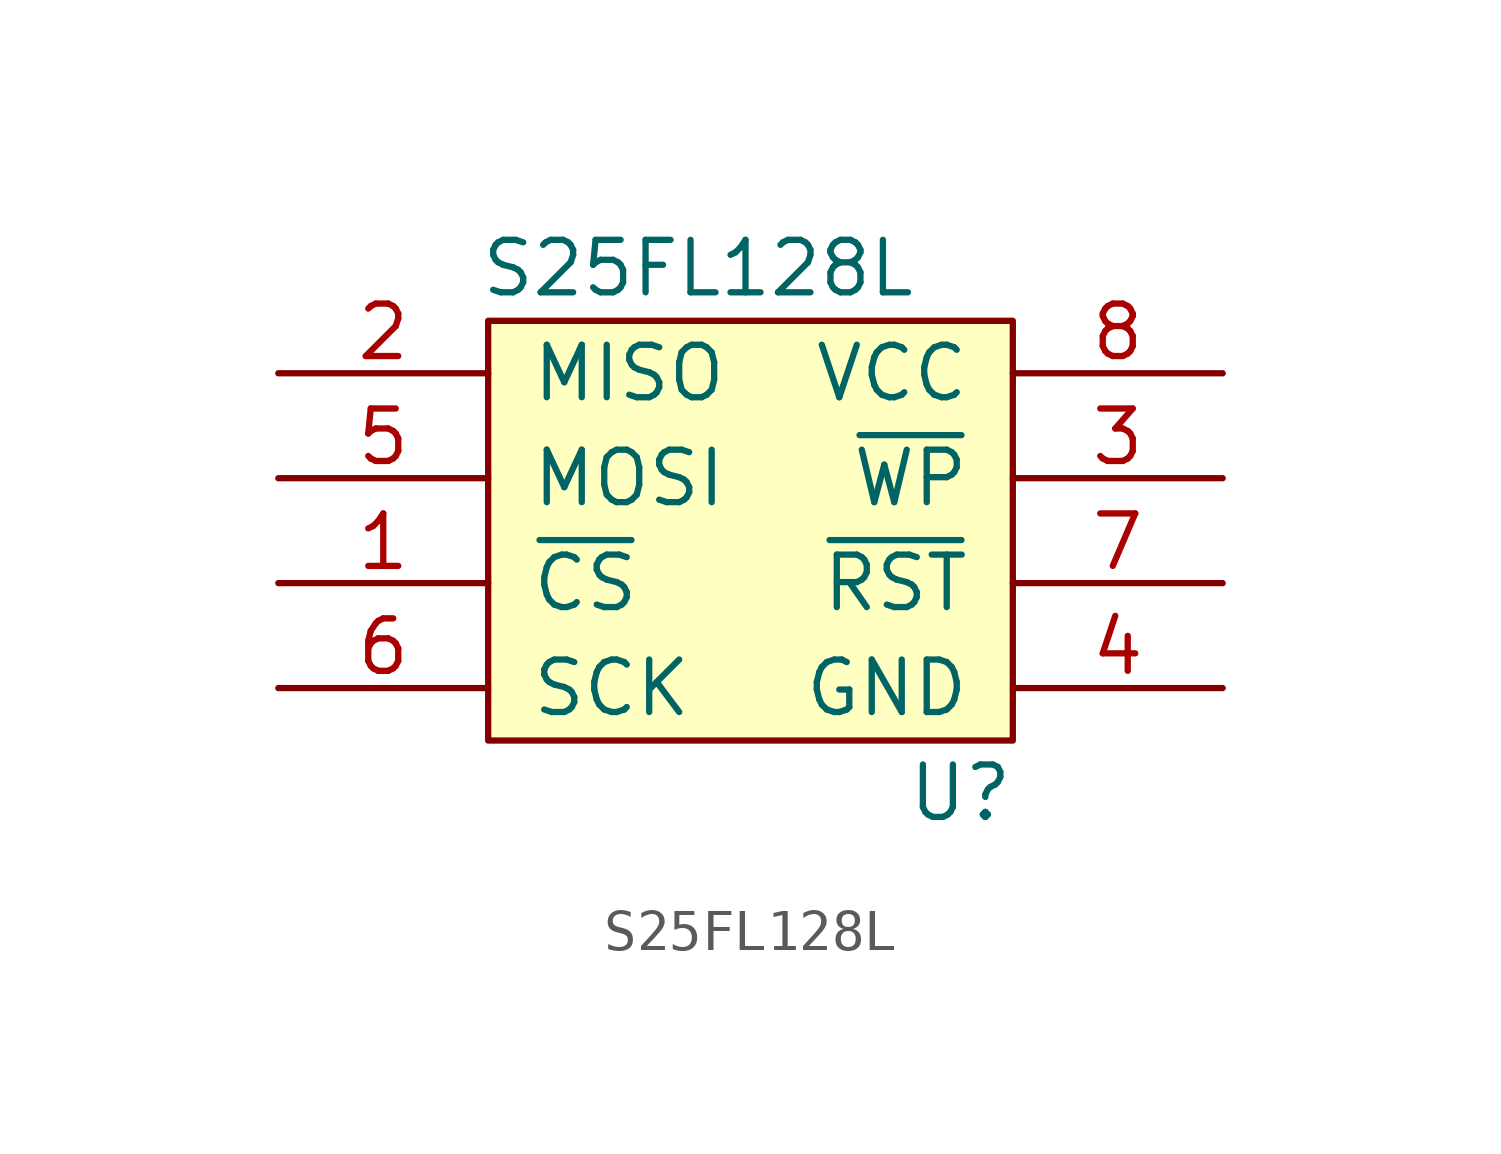
<source format=kicad_sym>
(kicad_symbol_lib
  (version 20241209)
  (generator "kicad_symbol_editor")
  (generator_version "9.0")
  (symbol "S25FL128L"
    (pin_names
      (offset 1.016))
    (property "Reference" "U"
      (at 5.08 -6.35 0)
      (effects (font (size 1.27 1.27))))
    (property "Value" "S25FL128L"
      (at -1.27 6.35 0)
      (effects (font (size 1.27 1.27))))
    (symbol "S25FL128L_0_1"
      (rectangle (start -6.35 5.08) (end 6.35 -5.08) (stroke (width 0) (type solid)) (fill (type background))))
    (symbol "S25FL128L_1_1"
      (pin output line (at -11.43 3.81 0) (length 5.08) (name "MISO" (effects (font (size 1.27 1.27)))) (number "2" (effects (font (size 1.27 1.27)))))
      (pin input line (at -11.43 1.27 0) (length 5.08) (name "MOSI" (effects (font (size 1.27 1.27)))) (number "5" (effects (font (size 1.27 1.27)))))
      (pin input line (at -11.43 -1.27 0) (length 5.08) (name "~{CS}" (effects (font (size 1.27 1.27)))) (number "1" (effects (font (size 1.27 1.27)))))
      (pin input line (at -11.43 -3.81 0) (length 5.08) (name "SCK" (effects (font (size 1.27 1.27)))) (number "6" (effects (font (size 1.27 1.27)))))
      (pin power_in line (at 11.43 3.81 180) (length 5.08) (name "VCC" (effects (font (size 1.27 1.27)))) (number "8" (effects (font (size 1.27 1.27)))))
      (pin input line (at 11.43 1.27 180) (length 5.08) (name "~{WP}" (effects (font (size 1.27 1.27)))) (number "3" (effects (font (size 1.27 1.27)))))
      (pin input line (at 11.43 -1.27 180) (length 5.08) (name "~{RST}" (effects (font (size 1.27 1.27)))) (number "7" (effects (font (size 1.27 1.27)))))
      (pin power_in line (at 11.43 -3.81 180) (length 5.08) (name "GND" (effects (font (size 1.27 1.27)))) (number "4" (effects (font (size 1.27 1.27))))))))
</source>
